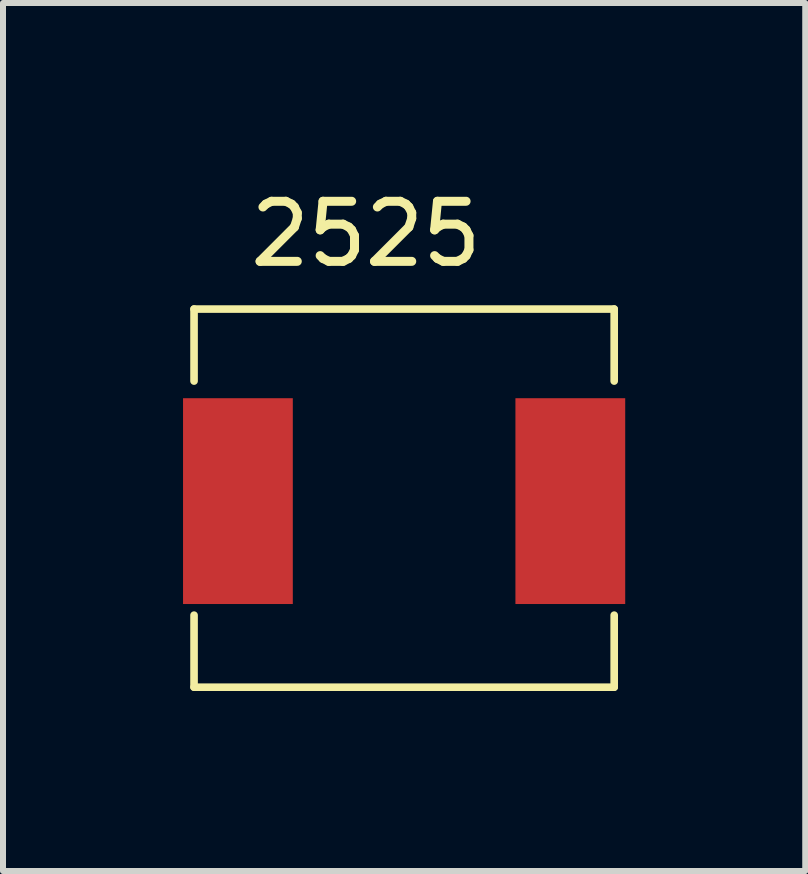
<source format=kicad_pcb>
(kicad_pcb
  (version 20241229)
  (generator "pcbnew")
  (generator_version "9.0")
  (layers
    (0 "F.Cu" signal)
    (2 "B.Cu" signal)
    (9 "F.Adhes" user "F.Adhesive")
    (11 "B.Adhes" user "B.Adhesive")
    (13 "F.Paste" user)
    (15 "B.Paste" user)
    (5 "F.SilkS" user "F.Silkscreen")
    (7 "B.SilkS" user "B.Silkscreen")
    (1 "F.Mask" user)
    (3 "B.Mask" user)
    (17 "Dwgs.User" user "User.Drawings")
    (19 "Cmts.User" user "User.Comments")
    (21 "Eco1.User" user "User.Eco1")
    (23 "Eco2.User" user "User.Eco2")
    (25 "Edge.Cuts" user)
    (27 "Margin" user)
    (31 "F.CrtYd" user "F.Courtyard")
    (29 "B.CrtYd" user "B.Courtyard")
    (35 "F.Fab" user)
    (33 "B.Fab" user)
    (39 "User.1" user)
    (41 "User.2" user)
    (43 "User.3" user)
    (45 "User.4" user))
  (footprint "2525"
    (layer "F.Cu")
    (at 3.683 5.299)
    (property "Reference" "2525" (at -0.636 -4.45 0) (layer "F.SilkS") (effects (font (size 1.001 1.001) (thickness 0.15))))
    (attr smd)
    (fp_line (start -3.5 -3.2) (end -3.5 -2) (stroke (width 0.127) (type solid)) (layer "F.SilkS"))
    (fp_line (start -3.5 -3.2) (end 3.5 -3.2) (stroke (width 0.127) (type solid)) (layer "F.SilkS"))
    (fp_line (start -3.5 3.1) (end -3.5 1.9) (stroke (width 0.127) (type solid)) (layer "F.SilkS"))
    (fp_line (start 3.5 -3.2) (end 3.5 -2) (stroke (width 0.127) (type solid)) (layer "F.SilkS"))
    (fp_line (start 3.5 3.1) (end -3.5 3.1) (stroke (width 0.127) (type solid)) (layer "F.SilkS"))
    (fp_line (start 3.5 3.1) (end 3.5 1.9) (stroke (width 0.127) (type solid)) (layer "F.SilkS"))
    (pad "P$1" smd rect (at 2.769 0) (size 1.829 3.429) (layers "F.Cu" "F.Mask" "F.Paste"))
    (pad "P$2" smd rect (at -2.769 0) (size 1.829 3.429) (layers "F.Cu" "F.Mask" "F.Paste")))
  (gr_rect
    (start -3 -3)
    (end 10.366 11.462)
    (stroke (width 0.1) (type default))
    (fill no)
    (layer "Edge.Cuts")))
</source>
